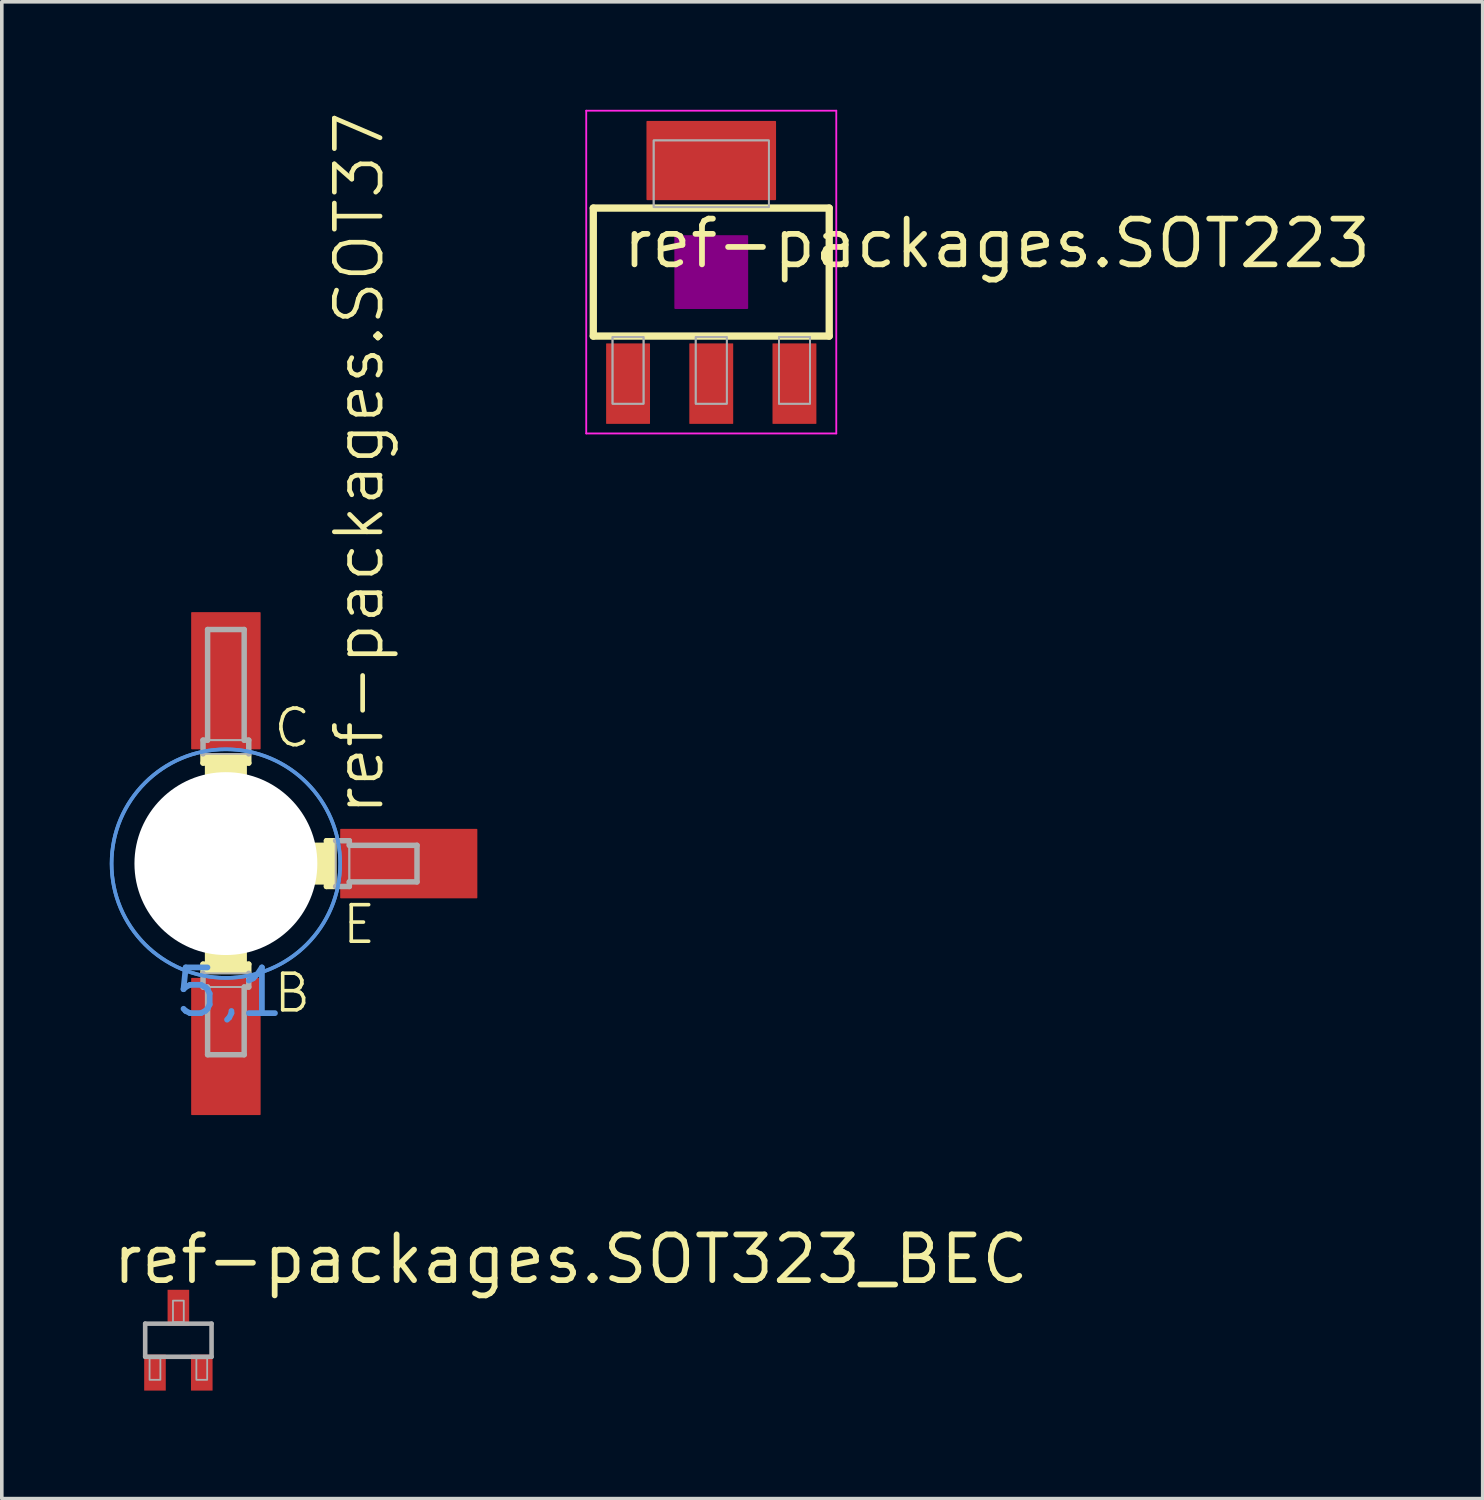
<source format=kicad_pcb>
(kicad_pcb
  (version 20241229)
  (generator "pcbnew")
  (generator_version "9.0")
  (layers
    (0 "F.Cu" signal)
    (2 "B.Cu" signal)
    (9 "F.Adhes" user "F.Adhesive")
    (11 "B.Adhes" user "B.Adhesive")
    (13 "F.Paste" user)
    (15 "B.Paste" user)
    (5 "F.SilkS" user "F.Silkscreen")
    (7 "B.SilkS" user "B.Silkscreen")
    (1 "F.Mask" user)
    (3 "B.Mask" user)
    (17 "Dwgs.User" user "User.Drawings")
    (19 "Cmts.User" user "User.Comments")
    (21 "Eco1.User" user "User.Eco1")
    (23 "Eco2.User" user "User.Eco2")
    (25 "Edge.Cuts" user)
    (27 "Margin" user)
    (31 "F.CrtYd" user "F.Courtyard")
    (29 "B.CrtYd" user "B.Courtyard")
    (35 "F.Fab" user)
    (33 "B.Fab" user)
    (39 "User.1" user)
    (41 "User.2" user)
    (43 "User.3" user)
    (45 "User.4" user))
  (footprint "ref-packages.SOT323_BEC"
    (layer "F.Cu")
    (at 1.905 34.18)
    (property "Reference" "ref-packages.SOT323_BEC" (at -1.905 -1.505 0) (layer "F.SilkS") (effects (font (size 1.27 1.27) (thickness 0.16)) (justify left bottom)))
    (attr smd)
    (fp_line (start -0.922 -0.46) (end 0.922 -0.46) (stroke (width 0.127) (type default)) (layer "F.Fab"))
    (fp_line (start -0.922 0.46) (end -0.922 -0.46) (stroke (width 0.127) (type default)) (layer "F.Fab"))
    (fp_line (start 0.922 -0.46) (end 0.922 0.46) (stroke (width 0.127) (type default)) (layer "F.Fab"))
    (fp_line (start 0.922 0.46) (end -0.922 0.46) (stroke (width 0.127) (type default)) (layer "F.Fab"))
    (fp_rect (start -0.8 1.1) (end -0.5 0.5) (stroke (width 0.05) (type default)) (fill no) (layer "F.Fab"))
    (fp_rect (start -0.15 -0.5) (end 0.15 -1.1) (stroke (width 0.05) (type default)) (fill no) (layer "F.Fab"))
    (fp_rect (start 0.5 1.1) (end 0.8 0.5) (stroke (width 0.05) (type default)) (fill no) (layer "F.Fab"))
    (pad "B" smd roundrect (at -0.65 0.9) (size 0.6 1) (layers "F.Cu" "F.Mask" "F.Paste") (roundrect_rratio 0.01))
    (pad "C" smd roundrect (at 0 -0.9) (size 0.6 1) (layers "F.Cu" "F.Mask" "F.Paste") (roundrect_rratio 0.01))
    (pad "E" smd roundrect (at 0.65 0.9) (size 0.6 1) (layers "F.Cu" "F.Mask" "F.Paste") (roundrect_rratio 0.01)))
  (footprint "ref-packages.SOT223"
    (layer "F.Cu")
    (at 16.708 4.508)
    (property "Reference" "ref-packages.SOT223" (at -2.54 -0.051 0) (layer "F.SilkS") (effects (font (size 1.27 1.27) (thickness 0.16)) (justify left bottom)))
    (attr smd)
    (fp_line (start -3.277 -1.778) (end 3.277 -1.778) (stroke (width 0.203) (type default)) (layer "F.SilkS"))
    (fp_line (start -3.277 1.778) (end -3.277 -1.778) (stroke (width 0.203) (type default)) (layer "F.SilkS"))
    (fp_line (start 3.277 -1.778) (end 3.277 1.778) (stroke (width 0.203) (type default)) (layer "F.SilkS"))
    (fp_line (start 3.277 1.778) (end -3.277 1.778) (stroke (width 0.203) (type default)) (layer "F.SilkS"))
    (fp_rect (start -1 1) (end 1 -1) (stroke (width 0.05) (type default)) (fill yes) (layer "F.Adhes"))
    (fp_line (start -3.473 -4.483) (end 3.473 -4.483) (stroke (width 0.051) (type default)) (layer "F.CrtYd"))
    (fp_line (start -3.473 4.483) (end -3.473 -4.483) (stroke (width 0.051) (type default)) (layer "F.CrtYd"))
    (fp_line (start 3.473 -4.483) (end 3.473 4.483) (stroke (width 0.051) (type default)) (layer "F.CrtYd"))
    (fp_line (start 3.473 4.483) (end -3.473 4.483) (stroke (width 0.051) (type default)) (layer "F.CrtYd"))
    (fp_rect (start -2.743 3.658) (end -1.88 1.803) (stroke (width 0.05) (type default)) (fill no) (layer "F.Fab"))
    (fp_rect (start -2.743 3.658) (end -1.88 1.803) (stroke (width 0.05) (type default)) (fill no) (layer "F.Fab"))
    (fp_rect (start -1.6 -1.803) (end 1.6 -3.658) (stroke (width 0.05) (type default)) (fill no) (layer "F.Fab"))
    (fp_rect (start -1.6 -1.803) (end 1.6 -3.658) (stroke (width 0.05) (type default)) (fill no) (layer "F.Fab"))
    (fp_rect (start -0.432 3.658) (end 0.432 1.803) (stroke (width 0.05) (type default)) (fill no) (layer "F.Fab"))
    (fp_rect (start -0.432 3.658) (end 0.432 1.803) (stroke (width 0.05) (type default)) (fill no) (layer "F.Fab"))
    (fp_rect (start 1.88 3.658) (end 2.743 1.803) (stroke (width 0.05) (type default)) (fill no) (layer "F.Fab"))
    (fp_rect (start 1.88 3.658) (end 2.743 1.803) (stroke (width 0.05) (type default)) (fill no) (layer "F.Fab"))
    (pad "1" smd roundrect (at -2.311 3.099) (size 1.219 2.235) (layers "F.Cu" "F.Mask" "F.Paste") (roundrect_rratio 0.01))
    (pad "2" smd roundrect (at 0 3.099) (size 1.219 2.235) (layers "F.Cu" "F.Mask" "F.Paste") (roundrect_rratio 0.01))
    (pad "3" smd roundrect (at 2.311 3.099) (size 1.219 2.235) (layers "F.Cu" "F.Mask" "F.Paste") (roundrect_rratio 0.01))
    (pad "4" smd roundrect (at 0 -3.099) (size 3.6 2.2) (layers "F.Cu" "F.Mask" "F.Paste") (roundrect_rratio 0.01)))
  (footprint "ref-packages.SOT37"
    (layer "F.Cu")
    (at 3.225 20.94)
    (property "Reference" "ref-packages.SOT37" (at 4.445 -1.27 90) (layer "F.SilkS") (effects (font (size 1.27 1.27) (thickness 0.13)) (justify left bottom)))
    (attr smd)
    (fp_line (start -0.635 -2.794) (end -0.635 -3.048) (stroke (width 0.152) (type default)) (layer "F.SilkS"))
    (fp_line (start -0.635 -2.794) (end -0.508 -2.794) (stroke (width 0.152) (type default)) (layer "F.SilkS"))
    (fp_line (start -0.635 2.794) (end -0.635 3.048) (stroke (width 0.152) (type default)) (layer "F.SilkS"))
    (fp_line (start -0.635 2.794) (end -0.508 2.794) (stroke (width 0.152) (type default)) (layer "F.SilkS"))
    (fp_line (start -0.508 -2.235) (end -0.508 -2.794) (stroke (width 0.152) (type default)) (layer "F.SilkS"))
    (fp_line (start -0.508 2.235) (end -0.508 2.794) (stroke (width 0.152) (type default)) (layer "F.SilkS"))
    (fp_line (start 0.508 -2.235) (end 0.508 -2.794) (stroke (width 0.152) (type default)) (layer "F.SilkS"))
    (fp_line (start 0.508 2.235) (end 0.508 2.794) (stroke (width 0.152) (type default)) (layer "F.SilkS"))
    (fp_line (start 0.635 -2.794) (end 0.508 -2.794) (stroke (width 0.152) (type default)) (layer "F.SilkS"))
    (fp_line (start 0.635 -2.794) (end 0.635 -3.048) (stroke (width 0.152) (type default)) (layer "F.SilkS"))
    (fp_line (start 0.635 2.794) (end 0.508 2.794) (stroke (width 0.152) (type default)) (layer "F.SilkS"))
    (fp_line (start 0.635 2.794) (end 0.635 3.048) (stroke (width 0.152) (type default)) (layer "F.SilkS"))
    (fp_line (start 2.21 -0.508) (end 2.794 -0.508) (stroke (width 0.152) (type default)) (layer "F.SilkS"))
    (fp_line (start 2.235 0.508) (end 2.794 0.508) (stroke (width 0.152) (type default)) (layer "F.SilkS"))
    (fp_line (start 2.794 -0.635) (end 2.794 -0.508) (stroke (width 0.152) (type default)) (layer "F.SilkS"))
    (fp_line (start 2.794 0.635) (end 2.794 0.508) (stroke (width 0.152) (type default)) (layer "F.SilkS"))
    (fp_line (start 3.048 -0.635) (end 2.794 -0.635) (stroke (width 0.152) (type default)) (layer "F.SilkS"))
    (fp_line (start 3.048 0.635) (end 2.794 0.635) (stroke (width 0.152) (type default)) (layer "F.SilkS"))
    (fp_rect (start -0.635 -2.794) (end 0.635 -3.048) (stroke (width 0.05) (type default)) (fill yes) (layer "F.SilkS"))
    (fp_rect (start -0.635 3.048) (end 0.635 2.794) (stroke (width 0.05) (type default)) (fill yes) (layer "F.SilkS"))
    (fp_rect (start -0.508 -2.413) (end 0.508 -2.794) (stroke (width 0.05) (type default)) (fill yes) (layer "F.SilkS"))
    (fp_rect (start -0.508 2.794) (end 0.508 2.413) (stroke (width 0.05) (type default)) (fill yes) (layer "F.SilkS"))
    (fp_rect (start 2.413 0.508) (end 2.794 -0.508) (stroke (width 0.05) (type default)) (fill yes) (layer "F.SilkS"))
    (fp_rect (start 2.794 0.635) (end 3.048 -0.635) (stroke (width 0.05) (type default)) (fill yes) (layer "F.SilkS"))
    (fp_circle (center 0 -1.524) (end 0.508 -1.524) (stroke (width 0.152) (type default)) (fill no) (layer "F.SilkS"))
    (fp_circle (center 0 0) (end 2.286 0) (stroke (width 0.152) (type default)) (fill no) (layer "F.SilkS"))
    (fp_circle (center 0 0) (end 3.175 0) (stroke (width 0.1) (type default)) (fill no) (layer "Cmts.User"))
    (fp_circle (center 0 0) (end 3.175 0) (stroke (width 0.1) (type default)) (fill no) (layer "Cmts.User"))
    (fp_line (start -0.635 -3.048) (end -0.635 -3.429) (stroke (width 0.152) (type default)) (layer "F.Fab"))
    (fp_line (start -0.635 3.048) (end -0.635 3.429) (stroke (width 0.152) (type default)) (layer "F.Fab"))
    (fp_line (start -0.508 -6.502) (end 0.508 -6.502) (stroke (width 0.152) (type default)) (layer "F.Fab"))
    (fp_line (start -0.508 -3.429) (end -0.635 -3.429) (stroke (width 0.152) (type default)) (layer "F.Fab"))
    (fp_line (start -0.508 -3.429) (end -0.508 -6.502) (stroke (width 0.152) (type default)) (layer "F.Fab"))
    (fp_line (start -0.508 3.429) (end -0.635 3.429) (stroke (width 0.152) (type default)) (layer "F.Fab"))
    (fp_line (start -0.508 3.429) (end -0.508 5.309) (stroke (width 0.152) (type default)) (layer "F.Fab"))
    (fp_line (start -0.508 5.309) (end 0.508 5.309) (stroke (width 0.152) (type default)) (layer "F.Fab"))
    (fp_line (start 0.508 -3.429) (end 0.508 -6.502) (stroke (width 0.152) (type default)) (layer "F.Fab"))
    (fp_line (start 0.508 -3.429) (end 0.635 -3.429) (stroke (width 0.152) (type default)) (layer "F.Fab"))
    (fp_line (start 0.508 3.429) (end 0.508 5.309) (stroke (width 0.152) (type default)) (layer "F.Fab"))
    (fp_line (start 0.508 3.429) (end 0.635 3.429) (stroke (width 0.152) (type default)) (layer "F.Fab"))
    (fp_line (start 0.635 -3.048) (end 0.635 -3.429) (stroke (width 0.152) (type default)) (layer "F.Fab"))
    (fp_line (start 0.635 3.048) (end 0.635 3.429) (stroke (width 0.152) (type default)) (layer "F.Fab"))
    (fp_line (start 3.048 -0.635) (end 3.429 -0.635) (stroke (width 0.152) (type default)) (layer "F.Fab"))
    (fp_line (start 3.048 0.635) (end 3.429 0.635) (stroke (width 0.152) (type default)) (layer "F.Fab"))
    (fp_line (start 3.429 -0.508) (end 3.429 -0.635) (stroke (width 0.152) (type default)) (layer "F.Fab"))
    (fp_line (start 3.429 -0.508) (end 5.309 -0.508) (stroke (width 0.152) (type default)) (layer "F.Fab"))
    (fp_line (start 3.429 0.508) (end 3.429 0.635) (stroke (width 0.152) (type default)) (layer "F.Fab"))
    (fp_line (start 3.429 0.508) (end 5.309 0.508) (stroke (width 0.152) (type default)) (layer "F.Fab"))
    (fp_line (start 5.309 -0.508) (end 5.309 0.508) (stroke (width 0.152) (type default)) (layer "F.Fab"))
    (fp_rect (start -0.635 -3.048) (end 0.635 -3.429) (stroke (width 0.05) (type default)) (fill no) (layer "F.Fab"))
    (fp_rect (start -0.635 3.429) (end 0.635 3.048) (stroke (width 0.05) (type default)) (fill no) (layer "F.Fab"))
    (fp_rect (start -0.508 -3.429) (end 0.508 -6.477) (stroke (width 0.05) (type default)) (fill no) (layer "F.Fab"))
    (fp_rect (start -0.508 5.334) (end 0.508 3.429) (stroke (width 0.05) (type default)) (fill no) (layer "F.Fab"))
    (fp_rect (start 3.048 0.635) (end 3.429 -0.635) (stroke (width 0.05) (type default)) (fill no) (layer "F.Fab"))
    (fp_rect (start 3.429 0.508) (end 5.334 -0.508) (stroke (width 0.05) (type default)) (fill no) (layer "F.Fab"))
    (fp_text user "E" (at 3.175 2.286 0) (layer "F.SilkS") (effects (font (size 1.016 1.016) (thickness 0.1)) (justify left bottom)))
    (fp_text user "C" (at 1.27 -3.175 0) (layer "F.SilkS") (effects (font (size 1.016 1.016) (thickness 0.1)) (justify left bottom)))
    (fp_text user "B" (at 1.27 4.191 0) (layer "F.SilkS") (effects (font (size 1.016 1.016) (thickness 0.1)) (justify left bottom)))
    (fp_text user "5,1" (at -1.524 4.318 0) (layer "Cmts.User") (effects (font (size 1.27 1.27) (thickness 0.16)) (justify left bottom)))
    (pad "" np_thru_hole circle (at 0 0) (size 5.08 5.08) (drill 5.08) (layers "*.Cu" "*.Mask"))
    (pad "B" smd roundrect (at 0 5.08) (size 1.93 3.81) (layers "F.Cu" "F.Mask" "F.Paste") (roundrect_rratio 0.01))
    (pad "C" smd roundrect (at 0 -5.08) (size 1.93 3.81) (layers "F.Cu" "F.Mask" "F.Paste") (roundrect_rratio 0.01))
    (pad "E" smd roundrect (at 5.08 0) (size 3.81 1.93) (layers "F.Cu" "F.Mask" "F.Paste") (roundrect_rratio 0.01)))
  (gr_rect
    (start -3 -3)
    (end 38.138 38.58)
    (stroke (width 0.1) (type default))
    (fill no)
    (layer "Edge.Cuts")))
</source>
